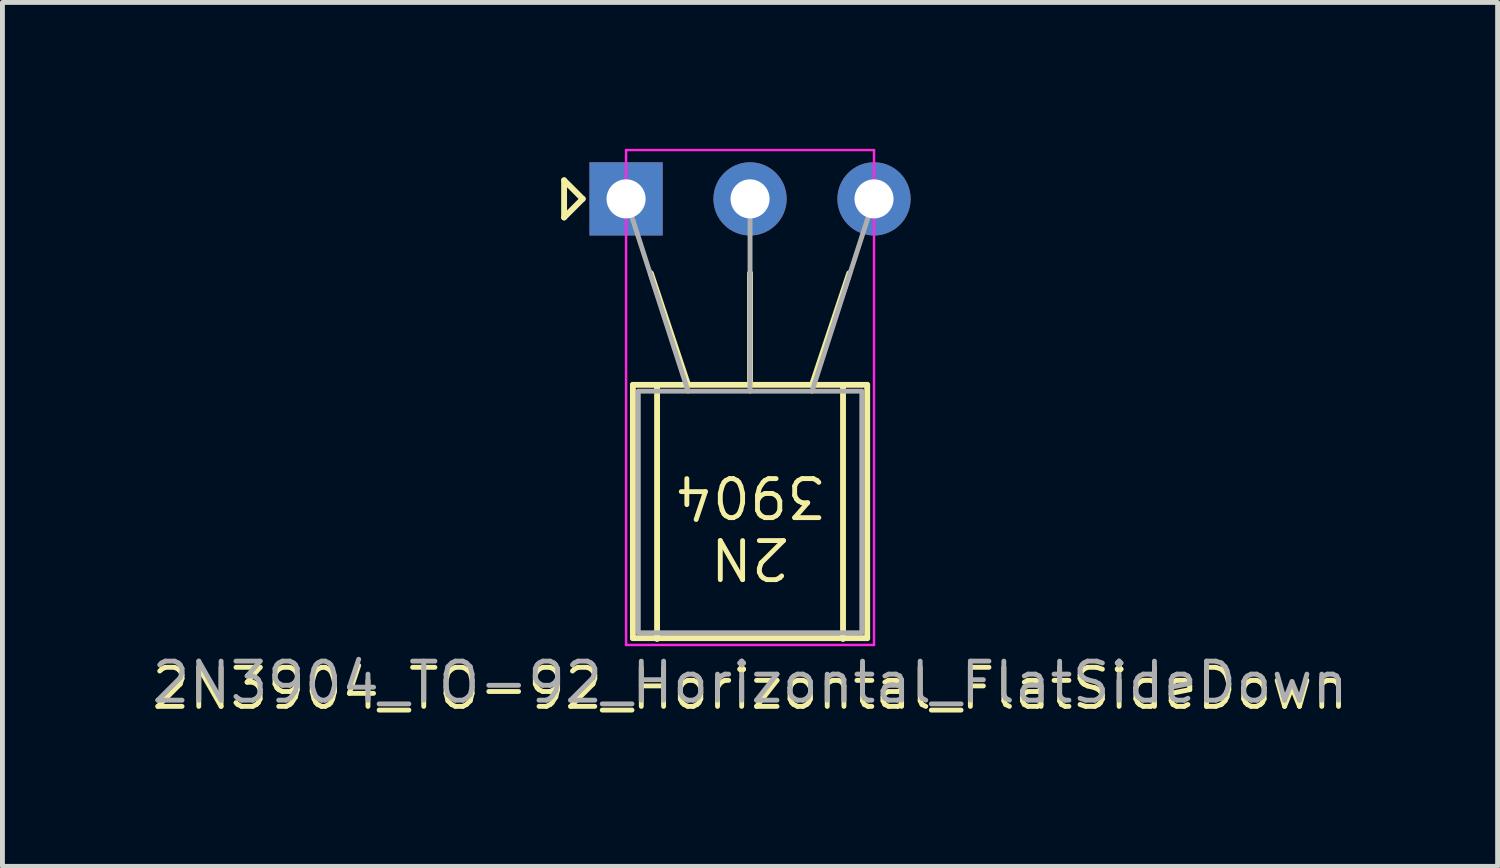
<source format=kicad_pcb>
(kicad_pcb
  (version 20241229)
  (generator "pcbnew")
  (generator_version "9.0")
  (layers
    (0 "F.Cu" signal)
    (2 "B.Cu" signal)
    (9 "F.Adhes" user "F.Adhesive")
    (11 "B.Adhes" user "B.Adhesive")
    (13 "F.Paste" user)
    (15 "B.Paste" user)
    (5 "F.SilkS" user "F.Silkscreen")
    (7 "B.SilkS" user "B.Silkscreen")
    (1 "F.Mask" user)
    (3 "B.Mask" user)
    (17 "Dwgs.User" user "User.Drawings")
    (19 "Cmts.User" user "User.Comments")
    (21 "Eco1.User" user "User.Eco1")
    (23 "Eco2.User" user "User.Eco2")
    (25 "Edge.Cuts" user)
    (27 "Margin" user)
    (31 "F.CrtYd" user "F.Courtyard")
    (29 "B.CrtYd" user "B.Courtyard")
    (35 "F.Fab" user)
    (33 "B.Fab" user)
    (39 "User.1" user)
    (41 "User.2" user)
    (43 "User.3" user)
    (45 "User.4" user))
  (footprint "2N3904_TO-92_Horizontal_FlatSideDown"
    (layer "F.Cu")
    (at 11.048 1.025)
    (property "Reference" "2N3904_TO-92_Horizontal_FlatSideDown" (at 1.27 10.033 180) (layer "F.SilkS") (effects (font (size 0.8 0.8) (thickness 0.1))))
    (attr through_hole)
    (fp_line (start -2.54 -0.381) (end -2.54 0.381) (stroke (width 0.12) (type solid)) (layer "F.SilkS"))
    (fp_line (start -2.54 0.381) (end -2.159 0) (stroke (width 0.12) (type solid)) (layer "F.SilkS"))
    (fp_line (start -2.159 0) (end -2.54 -0.381) (stroke (width 0.12) (type solid)) (layer "F.SilkS"))
    (fp_line (start -1.13 3.81) (end 3.67 3.81) (stroke (width 0.12) (type solid)) (layer "F.SilkS"))
    (fp_line (start -1.13 9) (end -1.13 3.81) (stroke (width 0.12) (type solid)) (layer "F.SilkS"))
    (fp_line (start -0.762 1.524) (end 0 3.81) (stroke (width 0.12) (type solid)) (layer "F.SilkS"))
    (fp_line (start -0.635 3.81) (end -0.635 9.017) (stroke (width 0.12) (type solid)) (layer "F.SilkS"))
    (fp_line (start 1.27 1.524) (end 1.27 3.81) (stroke (width 0.12) (type solid)) (layer "F.SilkS"))
    (fp_line (start 3.175 3.81) (end 3.175 9.017) (stroke (width 0.12) (type solid)) (layer "F.SilkS"))
    (fp_line (start 3.302 1.524) (end 2.54 3.81) (stroke (width 0.12) (type solid)) (layer "F.SilkS"))
    (fp_line (start 3.67 3.81) (end 3.67 9) (stroke (width 0.12) (type solid)) (layer "F.SilkS"))
    (fp_line (start 3.67 9) (end -1.13 9) (stroke (width 0.12) (type solid)) (layer "F.SilkS"))
    (fp_line (start -1.27 -1) (end -1.27 9.14) (stroke (width 0.05) (type solid)) (layer "F.CrtYd"))
    (fp_line (start -1.27 -1) (end 3.81 -1) (stroke (width 0.05) (type solid)) (layer "F.CrtYd"))
    (fp_line (start 3.81 9.14) (end -1.27 9.14) (stroke (width 0.05) (type solid)) (layer "F.CrtYd"))
    (fp_line (start 3.81 9.14) (end 3.81 -1) (stroke (width 0.05) (type solid)) (layer "F.CrtYd"))
    (fp_line (start -1.02 3.94) (end 3.56 3.94) (stroke (width 0.1) (type solid)) (layer "F.Fab"))
    (fp_line (start -1.02 8.89) (end -1.02 3.94) (stroke (width 0.1) (type solid)) (layer "F.Fab"))
    (fp_line (start 0 3.94) (end -1.27 0) (stroke (width 0.1) (type solid)) (layer "F.Fab"))
    (fp_line (start 1.27 3.94) (end 1.27 0) (stroke (width 0.1) (type solid)) (layer "F.Fab"))
    (fp_line (start 2.54 3.94) (end 3.81 0) (stroke (width 0.1) (type solid)) (layer "F.Fab"))
    (fp_line (start 3.56 3.94) (end 3.56 8.89) (stroke (width 0.1) (type solid)) (layer "F.Fab"))
    (fp_line (start 3.56 8.89) (end -1.02 8.89) (stroke (width 0.1) (type solid)) (layer "F.Fab"))
    (fp_text user "2N" (at 1.27 7.366 180) (unlocked yes) (layer "F.SilkS") (effects (font (size 0.8 0.8) (thickness 0.1))))
    (fp_text user "3904" (at 1.27 6.096 180) (unlocked yes) (layer "F.SilkS") (effects (font (size 0.8 0.8) (thickness 0.1))))
    (fp_text user "${REFERENCE}" (at 1.27 9.906 180) (layer "F.Fab") (effects (font (size 0.8 0.8) (thickness 0.1))))
    (pad "1" thru_hole rect (at -1.27 0) (size 1.5 1.5) (drill 0.8) (layers "*.Cu" "*.Mask"))
    (pad "2" thru_hole oval (at 1.27 0) (size 1.5 1.5) (drill 0.8) (layers "*.Cu" "*.Mask"))
    (pad "3" thru_hole oval (at 3.81 0) (size 1.5 1.5) (drill 0.8) (layers "*.Cu" "*.Mask")))
  (gr_rect
    (start -3 -3)
    (end 27.635 14.701)
    (stroke (width 0.1) (type default))
    (fill no)
    (layer "Edge.Cuts")))
</source>
